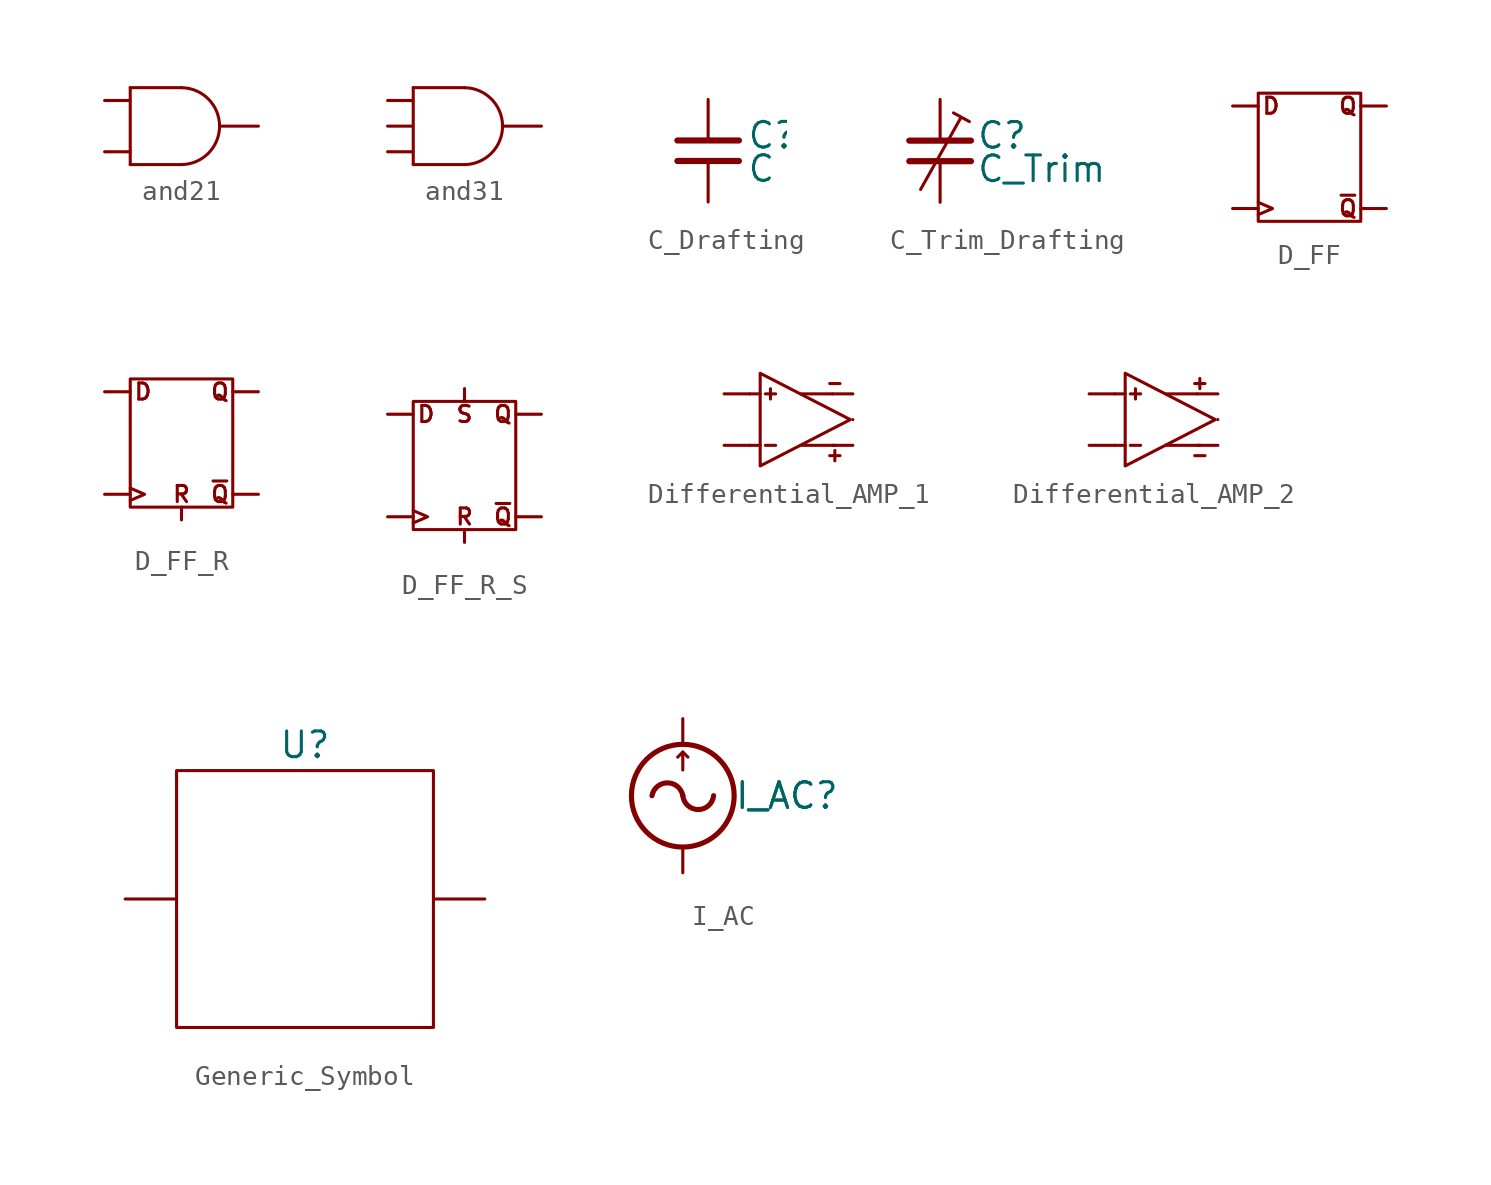
<source format=kicad_sym>
(kicad_symbol_lib
  (version 20220914)
  (generator kicad_symbol_editor)
  (symbol "and21"
    (pin_numbers hide)
    (pin_names
      (offset 0) hide)
    (property "Reference" "U"
      (at 0 3.81 0)
      (effects (font (size 1.27 1.27)) hide))
    (symbol "and21_0_1"
      (arc (start 0 -1.905) (mid 1.8857 0) (end 0 1.905) (stroke (width 0) (type default)) (fill (type none)))
      (polyline (pts (xy -2.54 -1.905) (xy 0 -1.905)) (stroke (width 0) (type default)) (fill (type none)))
      (polyline (pts (xy -2.54 1.905) (xy -2.54 -1.905)) (stroke (width 0) (type default)) (fill (type none)))
      (polyline (pts (xy -2.54 1.905) (xy 0 1.905)) (stroke (width 0) (type default)) (fill (type none))))
    (symbol "and21_1_1"
      (pin passive line (at -3.81 1.27 0) (length 1.25) (name "A" (effects (font (size 1.27 1.27)))) (number "1" (effects (font (size 1.27 1.27)))))
      (pin passive line (at -3.81 -1.27 0) (length 1.25) (name "B" (effects (font (size 1.27 1.27)))) (number "1" (effects (font (size 1.27 1.27)))))
      (pin passive line (at 3.81 0 180) (length 1.9) (name "Y" (effects (font (size 1.27 1.27)))) (number "1" (effects (font (size 1.27 1.27)))))))
  (symbol "and31"
    (pin_numbers hide)
    (pin_names
      (offset 0) hide)
    (property "Reference" "U"
      (at 0 3.81 0)
      (effects (font (size 1.27 1.27)) hide))
    (symbol "and31_0_1"
      (arc (start 0 -1.905) (mid 1.8857 0) (end 0 1.905) (stroke (width 0) (type default)) (fill (type none)))
      (polyline (pts (xy -2.54 -1.905) (xy 0 -1.905)) (stroke (width 0) (type default)) (fill (type none)))
      (polyline (pts (xy -2.54 1.905) (xy -2.54 -1.905)) (stroke (width 0) (type default)) (fill (type none)))
      (polyline (pts (xy -2.54 1.905) (xy 0 1.905)) (stroke (width 0) (type default)) (fill (type none))))
    (symbol "and31_1_1"
      (pin passive line (at -3.81 1.27 0) (length 1.25) (name "A" (effects (font (size 1.27 1.27)))) (number "1" (effects (font (size 1.27 1.27)))))
      (pin passive line (at -3.81 0 0) (length 1.25) (name "B" (effects (font (size 1.27 1.27)))) (number "1" (effects (font (size 1.27 1.27)))))
      (pin passive line (at -3.81 -1.27 0) (length 1.25) (name "C" (effects (font (size 1.27 1.27)))) (number "1" (effects (font (size 1.27 1.27)))))
      (pin passive line (at 3.81 0 180) (length 1.9) (name "Y" (effects (font (size 1.27 1.27)))) (number "1" (effects (font (size 1.27 1.27)))))))
  (symbol "C_Drafting"
    (pin_numbers hide)
    (pin_names
      (offset 0) hide)
    (property "Reference" "C"
      (at 1.905 0.762 0)
      (effects (font (size 1.27 1.27)) (justify left)))
    (property "Value" "C"
      (at 1.905 -0.889 0)
      (effects (font (size 1.27 1.27)) (justify left)))
    (symbol "C_Drafting_1_1"
      (polyline (pts (xy -1.524 -0.508) (xy 1.524 -0.508)) (stroke (width 0.305) (type default)) (fill (type none)))
      (polyline (pts (xy -1.524 0.508) (xy 1.524 0.508)) (stroke (width 0.305) (type default)) (fill (type none)))
      (pin passive line (at 0 2.54 270) (length 2.032) (name "~" (effects (font (size 1.27 1.27)))) (number "1" (effects (font (size 1.27 1.27)))))
      (pin passive line (at 0 -2.54 90) (length 2.032) (name "~" (effects (font (size 1.27 1.27)))) (number "2" (effects (font (size 1.27 1.27)))))))
  (symbol "C_Trim_Drafting"
    (pin_numbers hide)
    (pin_names
      (offset 0) hide)
    (property "Reference" "C"
      (at 1.778 0.762 0)
      (effects (font (size 1.27 1.27)) (justify left)))
    (property "Value" "C_Trim"
      (at 1.778 -0.889 0)
      (effects (font (size 1.27 1.27)) (justify left)))
    (symbol "C_Trim_Drafting_0_1"
      (polyline (pts (xy -0.965 -1.905) (xy 1.016 1.626)) (stroke (width 0) (type default)) (fill (type none)))
      (polyline (pts (xy 0.66 1.88) (xy 1.448 1.448)) (stroke (width 0) (type default)) (fill (type none))))
    (symbol "C_Trim_Drafting_1_1"
      (polyline (pts (xy -1.524 -0.508) (xy 1.524 -0.508)) (stroke (width 0.305) (type default)) (fill (type none)))
      (polyline (pts (xy -1.524 0.508) (xy 1.524 0.508)) (stroke (width 0.305) (type default)) (fill (type none)))
      (pin passive line (at 0 2.54 270) (length 2.032) (name "~" (effects (font (size 1.27 1.27)))) (number "1" (effects (font (size 1.27 1.27)))))
      (pin passive line (at 0 -2.54 90) (length 2.032) (name "~" (effects (font (size 1.27 1.27)))) (number "2" (effects (font (size 1.27 1.27)))))))
  (symbol "D_FF"
    (pin_numbers hide)
    (pin_names
      (offset 0) hide)
    (property "Reference" "U"
      (at 0 5.08 0)
      (effects (font (size 1.27 1.27)) hide))
    (symbol "D_FF_0_0"
      (polyline (pts (xy -2.54 -2.235) (xy -1.829 -2.54) (xy -2.54 -2.845)) (stroke (width 0) (type default)) (fill (type none)))
      (text "D" (at -1.905 2.54 0) (effects (font (size 0.8 0.8))))
      (text "Q" (at 1.905 2.54 0) (effects (font (size 0.8 0.8))))
      (text "~{Q}" (at 1.905 -2.54 0) (effects (font (size 0.8 0.8)))))
    (symbol "D_FF_0_1"
      (rectangle (start -2.54 3.175) (end 2.54 -3.175) (stroke (width 0) (type default)) (fill (type none))))
    (symbol "D_FF_1_1"
      (pin passive line (at -3.81 -2.54 0) (length 1.27) (name "C" (effects (font (size 1.27 1.27)))) (number "1" (effects (font (size 1.27 1.27)))))
      (pin passive line (at -3.81 2.54 0) (length 1.27) (name "D" (effects (font (size 1.27 1.27)))) (number "1" (effects (font (size 1.27 1.27)))))
      (pin passive line (at 3.81 2.54 180) (length 1.27) (name "Q" (effects (font (size 1.27 1.27)))) (number "1" (effects (font (size 1.27 1.27)))))
      (pin passive line (at 3.81 -2.54 180) (length 1.27) (name "~Q" (effects (font (size 1.27 1.27)))) (number "1" (effects (font (size 1.27 1.27)))))))
  (symbol "D_FF_R"
    (pin_numbers hide)
    (pin_names
      (offset 0) hide)
    (property "Reference" "U"
      (at 0 5.08 0)
      (effects (font (size 1.27 1.27)) hide))
    (symbol "D_FF_R_0_0"
      (polyline (pts (xy -2.54 -2.235) (xy -1.829 -2.54) (xy -2.54 -2.845)) (stroke (width 0) (type default)) (fill (type none)))
      (text "D" (at -1.905 2.54 0) (effects (font (size 0.8 0.8))))
      (text "Q" (at 1.905 2.54 0) (effects (font (size 0.8 0.8))))
      (text "R" (at 0 -2.54 0) (effects (font (size 0.8 0.8))))
      (text "~{Q}" (at 1.905 -2.54 0) (effects (font (size 0.8 0.8)))))
    (symbol "D_FF_R_0_1"
      (rectangle (start -2.54 3.175) (end 2.54 -3.175) (stroke (width 0) (type default)) (fill (type none))))
    (symbol "D_FF_R_1_1"
      (pin passive line (at -3.81 -2.54 0) (length 1.27) (name "C" (effects (font (size 1.27 1.27)))) (number "1" (effects (font (size 1.27 1.27)))))
      (pin passive line (at -3.81 2.54 0) (length 1.27) (name "D" (effects (font (size 1.27 1.27)))) (number "1" (effects (font (size 1.27 1.27)))))
      (pin passive line (at 3.81 2.54 180) (length 1.27) (name "Q" (effects (font (size 1.27 1.27)))) (number "1" (effects (font (size 1.27 1.27)))))
      (pin passive line (at 0 -3.81 90) (length 0.63) (name "R" (effects (font (size 1.27 1.27)))) (number "1" (effects (font (size 1.27 1.27)))))
      (pin passive line (at 3.81 -2.54 180) (length 1.27) (name "~Q" (effects (font (size 1.27 1.27)))) (number "1" (effects (font (size 1.27 1.27)))))))
  (symbol "D_FF_R_S"
    (pin_numbers hide)
    (pin_names
      (offset 0) hide)
    (property "Reference" "U"
      (at 0 5.08 0)
      (effects (font (size 1.27 1.27)) hide))
    (symbol "D_FF_R_S_0_0"
      (polyline (pts (xy -2.54 -2.235) (xy -1.829 -2.54) (xy -2.54 -2.845)) (stroke (width 0) (type default)) (fill (type none)))
      (text "D" (at -1.905 2.54 0) (effects (font (size 0.8 0.8))))
      (text "Q" (at 1.905 2.54 0) (effects (font (size 0.8 0.8))))
      (text "R" (at 0 -2.54 0) (effects (font (size 0.8 0.8))))
      (text "S" (at 0 2.54 0) (effects (font (size 0.8 0.8))))
      (text "~{Q}" (at 1.905 -2.54 0) (effects (font (size 0.8 0.8)))))
    (symbol "D_FF_R_S_0_1"
      (rectangle (start -2.54 3.175) (end 2.54 -3.175) (stroke (width 0) (type default)) (fill (type none))))
    (symbol "D_FF_R_S_1_1"
      (pin passive line (at -3.81 -2.54 0) (length 1.27) (name "C" (effects (font (size 1.27 1.27)))) (number "1" (effects (font (size 1.27 1.27)))))
      (pin passive line (at -3.81 2.54 0) (length 1.27) (name "D" (effects (font (size 1.27 1.27)))) (number "1" (effects (font (size 1.27 1.27)))))
      (pin passive line (at 3.81 2.54 180) (length 1.27) (name "Q" (effects (font (size 1.27 1.27)))) (number "1" (effects (font (size 1.27 1.27)))))
      (pin passive line (at 0 -3.81 90) (length 0.63) (name "R" (effects (font (size 1.27 1.27)))) (number "1" (effects (font (size 1.27 1.27)))))
      (pin passive line (at 0 3.81 270) (length 0.63) (name "S" (effects (font (size 1.27 1.27)))) (number "1" (effects (font (size 1.27 1.27)))))
      (pin passive line (at 3.81 -2.54 180) (length 1.27) (name "~Q" (effects (font (size 1.27 1.27)))) (number "1" (effects (font (size 1.27 1.27)))))))
  (symbol "Differential_AMP_1"
    (pin_numbers hide)
    (pin_names
      (offset 0) hide)
    (property "Reference" "U"
      (at 0 3.81 0)
      (effects (font (size 1.27 1.27)) hide))
    (symbol "Differential_AMP_1_0_1"
      (polyline (pts (xy -2.54 1.27) (xy -2.032 1.27)) (stroke (width 0) (type default)) (fill (type none)))
      (polyline (pts (xy -2.032 -1.27) (xy -2.54 -1.27)) (stroke (width 0) (type default)) (fill (type none)))
      (polyline (pts (xy -1.778 -1.27) (xy -1.27 -1.27)) (stroke (width 0) (type default)) (fill (type none)))
      (polyline (pts (xy -1.778 1.27) (xy -1.27 1.27)) (stroke (width 0) (type default)) (fill (type none)))
      (polyline (pts (xy -1.524 1.524) (xy -1.524 1.016)) (stroke (width 0) (type default)) (fill (type none)))
      (polyline (pts (xy 0 -1.27) (xy 1.651 -1.27)) (stroke (width 0) (type default)) (fill (type none)))
      (polyline (pts (xy 0 1.27) (xy 1.524 1.27)) (stroke (width 0) (type default)) (fill (type none)))
      (polyline (pts (xy 1.397 -1.778) (xy 1.905 -1.778)) (stroke (width 0) (type default)) (fill (type none)))
      (polyline (pts (xy 1.397 1.778) (xy 1.905 1.778)) (stroke (width 0) (type default)) (fill (type none)))
      (polyline (pts (xy 1.651 -1.524) (xy 1.651 -2.032)) (stroke (width 0) (type default)) (fill (type none)))
      (polyline (pts (xy 2.54 0) (xy 2.54 0)) (stroke (width 0) (type default)) (fill (type none)))
      (polyline (pts (xy 2.413 0) (xy -2.032 2.286) (xy -2.032 -2.286) (xy 2.413 0)) (stroke (width 0) (type default)) (fill (type none))))
    (symbol "Differential_AMP_1_1_1"
      (pin passive line (at -3.81 -1.27 0) (length 1.25) (name "in_n" (effects (font (size 1.27 1.27)))) (number "1" (effects (font (size 1.27 1.27)))))
      (pin passive line (at -3.81 1.27 0) (length 1.25) (name "in_p" (effects (font (size 1.27 1.27)))) (number "1" (effects (font (size 1.27 1.27)))))
      (pin passive line (at 2.54 -1.27 180) (length 1) (name "out" (effects (font (size 1.27 1.27)))) (number "1" (effects (font (size 1.27 1.27)))))
      (pin passive line (at 2.54 1.27 180) (length 1) (name "out" (effects (font (size 1.27 1.27)))) (number "1" (effects (font (size 1.27 1.27)))))))
  (symbol "Differential_AMP_2"
    (pin_numbers hide)
    (pin_names
      (offset 0) hide)
    (property "Reference" "U"
      (at 0 3.81 0)
      (effects (font (size 1.27 1.27)) hide))
    (symbol "Differential_AMP_2_0_1"
      (polyline (pts (xy -2.54 1.27) (xy -2.032 1.27)) (stroke (width 0) (type default)) (fill (type none)))
      (polyline (pts (xy -2.032 -1.27) (xy -2.54 -1.27)) (stroke (width 0) (type default)) (fill (type none)))
      (polyline (pts (xy -1.778 -1.27) (xy -1.27 -1.27)) (stroke (width 0) (type default)) (fill (type none)))
      (polyline (pts (xy -1.778 1.27) (xy -1.27 1.27)) (stroke (width 0) (type default)) (fill (type none)))
      (polyline (pts (xy -1.524 1.524) (xy -1.524 1.016)) (stroke (width 0) (type default)) (fill (type none)))
      (polyline (pts (xy 0 -1.27) (xy 1.651 -1.27)) (stroke (width 0) (type default)) (fill (type none)))
      (polyline (pts (xy 0 1.27) (xy 1.524 1.27)) (stroke (width 0) (type default)) (fill (type none)))
      (polyline (pts (xy 1.397 -1.778) (xy 1.905 -1.778)) (stroke (width 0) (type default)) (fill (type none)))
      (polyline (pts (xy 1.397 1.778) (xy 1.905 1.778)) (stroke (width 0) (type default)) (fill (type none)))
      (polyline (pts (xy 1.651 2.032) (xy 1.651 1.524)) (stroke (width 0) (type default)) (fill (type none)))
      (polyline (pts (xy 2.54 0) (xy 2.54 0)) (stroke (width 0) (type default)) (fill (type none)))
      (polyline (pts (xy 2.413 0) (xy -2.032 2.286) (xy -2.032 -2.286) (xy 2.413 0)) (stroke (width 0) (type default)) (fill (type none))))
    (symbol "Differential_AMP_2_1_1"
      (pin passive line (at -3.81 -1.27 0) (length 1.25) (name "in_n" (effects (font (size 1.27 1.27)))) (number "1" (effects (font (size 1.27 1.27)))))
      (pin passive line (at -3.81 1.27 0) (length 1.25) (name "in_p" (effects (font (size 1.27 1.27)))) (number "1" (effects (font (size 1.27 1.27)))))
      (pin passive line (at 2.54 -1.27 180) (length 1) (name "out" (effects (font (size 1.27 1.27)))) (number "1" (effects (font (size 1.27 1.27)))))
      (pin passive line (at 2.54 1.27 180) (length 1) (name "out" (effects (font (size 1.27 1.27)))) (number "1" (effects (font (size 1.27 1.27)))))))
  (symbol "Generic_Symbol"
    (property "Reference" "U"
      (at 0 7.62 0)
      (effects (font (size 1.27 1.27))))
    (property "Value" ""
      (at 0 0 0)
      (effects (font (size 1.27 1.27))))
    (symbol "Generic_Symbol_0_1"
      (rectangle (start -6.35 6.35) (end 6.35 -6.35) (stroke (width 0) (type default)) (fill (type none))))
    (symbol "Generic_Symbol_1_1"
      (pin input line (at -8.89 0 0) (length 2.54) (name "" (effects (font (size 1.27 1.27)))) (number "" (effects (font (size 1.27 1.27)))))
      (pin output line (at 8.89 0 180) (length 2.54) (name "" (effects (font (size 1.27 1.27)))) (number "" (effects (font (size 1.27 1.27)))))))
  (symbol "I_AC"
    (pin_numbers hide)
    (pin_names hide)
    (property "Reference" "I_AC"
      (at 2.54 0 0)
      (effects (font (size 1.27 1.27)) (justify left)))
    (property "Value" "I_AC"
      (at 2.54 0 0)
      (effects (font (size 1.27 1.27)) (justify left)))
    (symbol "I_AC_0_1"
      (polyline (pts (xy 0 2.159) (xy 0.254 1.905)) (stroke (width 0) (type default)) (fill (type none)))
      (polyline (pts (xy 0 1.27) (xy 0 2.159) (xy -0.254 1.905)) (stroke (width 0) (type default)) (fill (type none)))
      (arc (start 0 0.0027) (mid -0.7631 0.6341) (end -1.524 0) (stroke (width 0.254) (type default)) (fill (type none)))
      (arc (start 0 0.0027) (mid 0.7607 -0.6856) (end 1.524 0) (stroke (width 0.254) (type default)) (fill (type none))))
    (symbol "I_AC_1_1"
      (circle (center 0 0) (radius 2.54) (stroke (width 0.254) (type default)) (fill (type none)))
      (pin passive line (at 0 3.81 270) (length 1.27) (name "~" (effects (font (size 1.27 1.27)))) (number "1" (effects (font (size 1.27 1.27)))))
      (pin passive line (at 0 -3.81 90) (length 1.27) (name "~" (effects (font (size 1.27 1.27)))) (number "2" (effects (font (size 1.27 1.27))))))))
</source>
